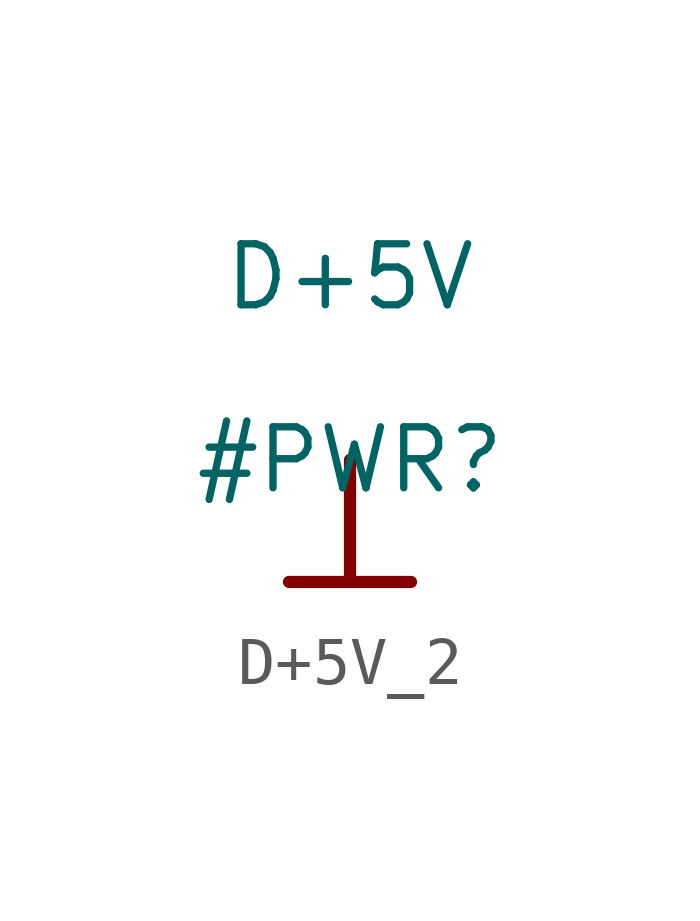
<source format=kicad_sym>
(kicad_symbol_lib
  (version 20241209)
  (generator "kicad_symbol_editor")
  (generator_version "9.0")
  (symbol "D+5V_2"
    (power)
    (property "Reference" "#PWR"
      (at 0 0 0)
      (effects (font (size 1.27 1.27))))
    (property "Value" "D+5V"
      (at 0 3.81 0)
      (effects (font (size 1.27 1.27))))
    (symbol "D+5V_2_0_0"
      (polyline (pts (xy -1.27 -2.54) (xy 1.27 -2.54)) (stroke (width 0.254) (type solid)) (fill (type none)))
      (polyline (pts (xy 0 0) (xy 0 -2.54)) (stroke (width 0.254) (type solid)) (fill (type none))))
    (symbol "D+5V_2_1_0"
      (pin power_out line (at 0 0 0) (length 0) (hide yes) (name "D+5V" (effects (font (size 1.27 1.27)))) (number "" (effects (font (size 1.27 1.27))))))))
</source>
